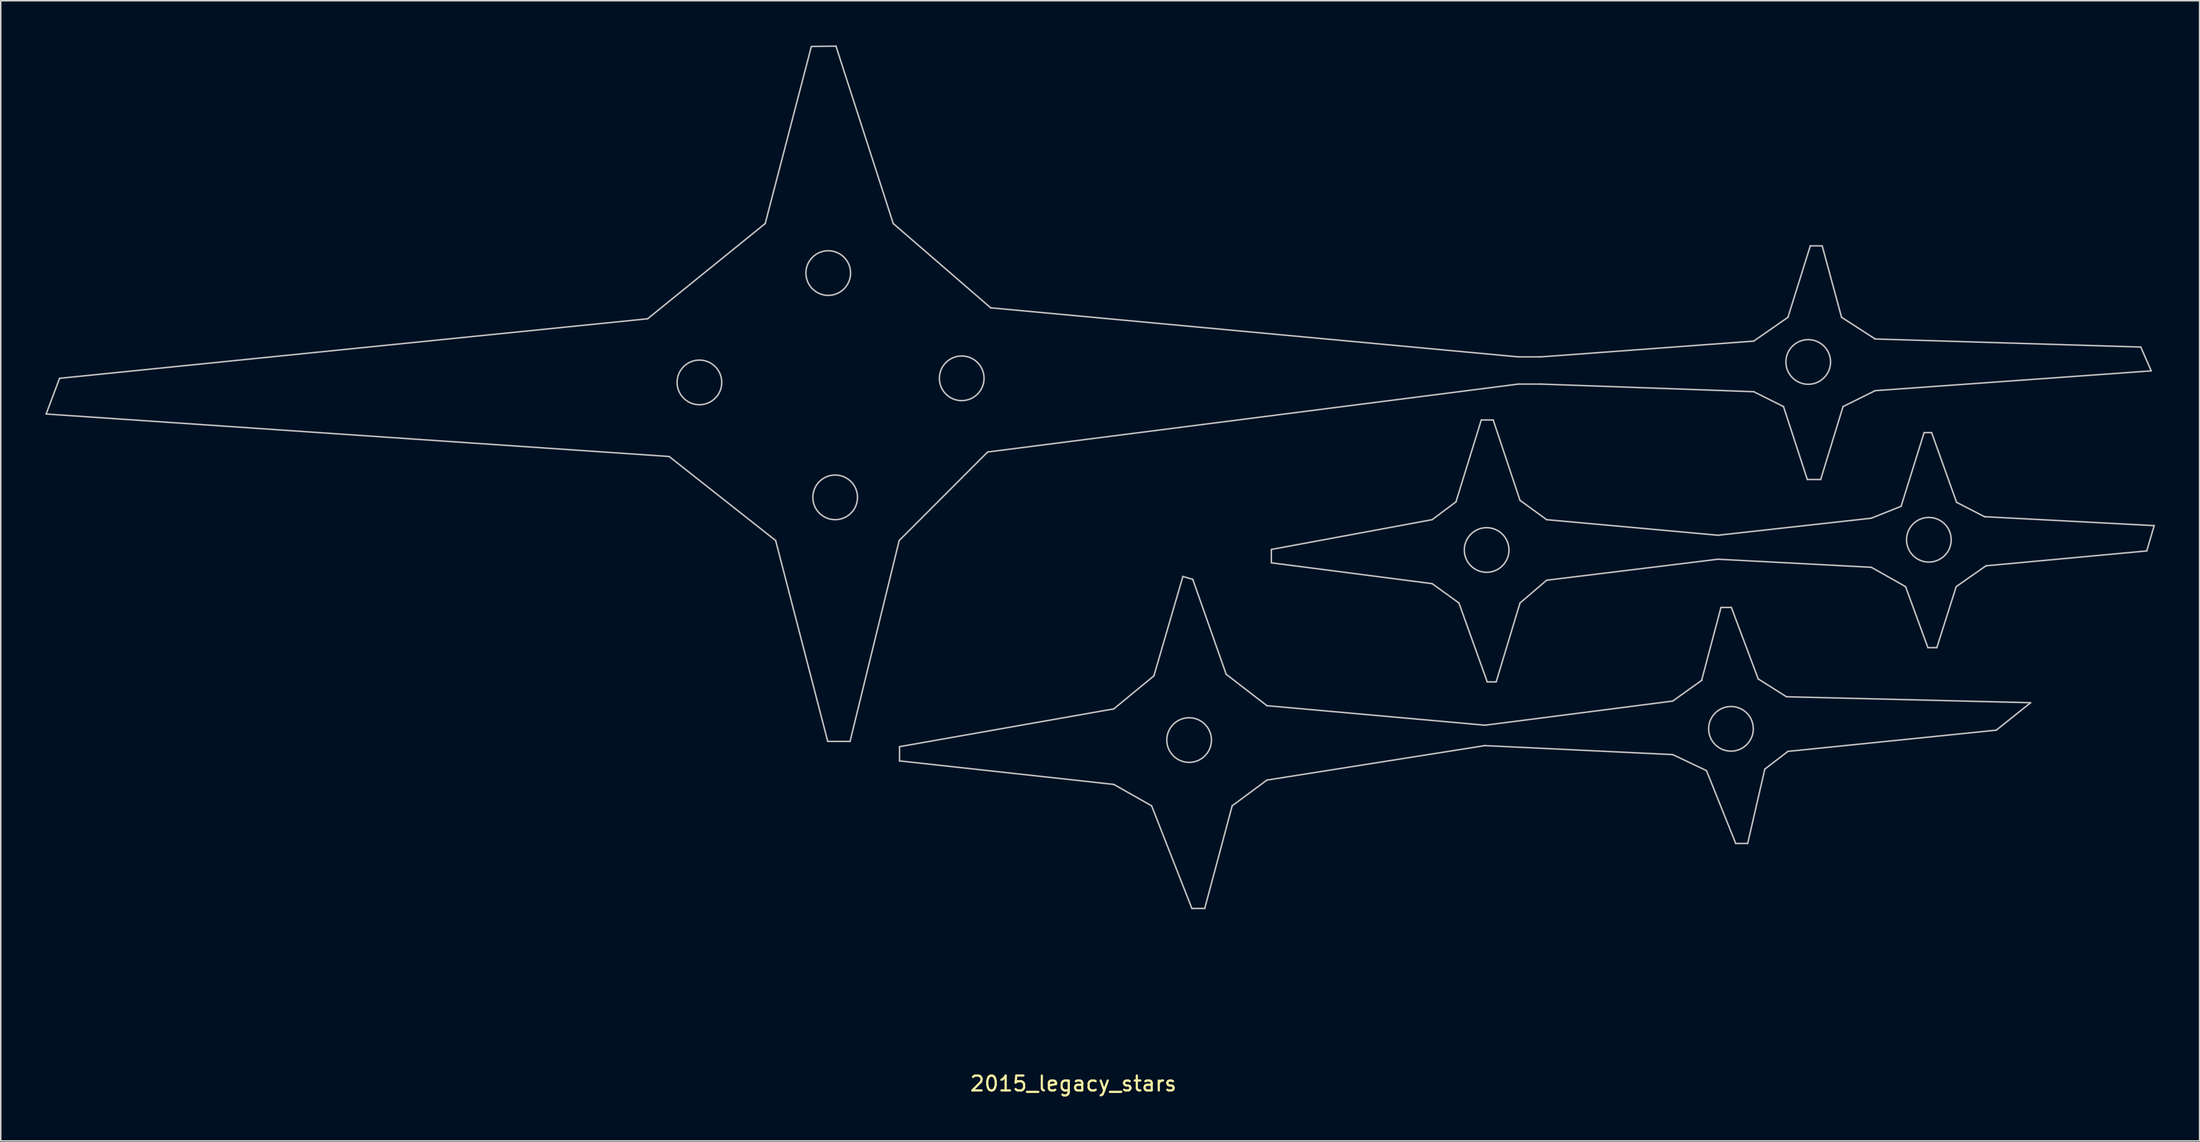
<source format=kicad_pcb>
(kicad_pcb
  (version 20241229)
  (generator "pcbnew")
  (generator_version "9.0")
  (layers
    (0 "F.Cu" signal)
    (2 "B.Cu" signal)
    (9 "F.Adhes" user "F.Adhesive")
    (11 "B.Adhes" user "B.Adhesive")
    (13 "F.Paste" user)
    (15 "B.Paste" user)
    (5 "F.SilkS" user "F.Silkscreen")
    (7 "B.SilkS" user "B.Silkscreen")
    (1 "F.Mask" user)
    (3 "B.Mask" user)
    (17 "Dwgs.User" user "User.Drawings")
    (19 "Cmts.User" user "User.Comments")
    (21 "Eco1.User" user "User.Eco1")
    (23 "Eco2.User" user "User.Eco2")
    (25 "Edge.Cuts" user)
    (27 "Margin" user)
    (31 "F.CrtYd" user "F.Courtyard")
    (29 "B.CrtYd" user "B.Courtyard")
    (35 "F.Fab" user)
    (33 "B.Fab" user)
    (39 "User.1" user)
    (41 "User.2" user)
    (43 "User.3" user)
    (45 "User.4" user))
  (footprint "2015_legacy_stars"
    (layer "F.Cu")
    (at 59.05 60.772)
    (property "Reference" "2015_legacy_stars" (at 10 9 0) (layer "F.SilkS") (effects (font (size 1 1) (thickness 0.15))))
    (attr through_hole)
    (fp_line (start -59 -36) (end -17.155 -33.146) (stroke (width 0.1) (type solid)) (layer "Dwgs.User"))
    (fp_line (start -58.1 -38.4) (end -59 -36) (stroke (width 0.1) (type solid)) (layer "Dwgs.User"))
    (fp_line (start -18.6 -42.4) (end -58.1 -38.4) (stroke (width 0.1) (type solid)) (layer "Dwgs.User"))
    (fp_line (start -17.155 -33.146) (end -10 -27.5) (stroke (width 0.1) (type solid)) (layer "Dwgs.User"))
    (fp_line (start -10.7 -48.8) (end -18.6 -42.4) (stroke (width 0.1) (type solid)) (layer "Dwgs.User"))
    (fp_line (start -10 -27.5) (end -6.5 -14) (stroke (width 0.1) (type solid)) (layer "Dwgs.User"))
    (fp_line (start -7.6 -60.7) (end -10.7 -48.8) (stroke (width 0.1) (type solid)) (layer "Dwgs.User"))
    (fp_line (start -6.5 -14) (end -5 -14) (stroke (width 0.1) (type solid)) (layer "Dwgs.User"))
    (fp_line (start -5.947 -60.722) (end -7.6 -60.7) (stroke (width 0.1) (type solid)) (layer "Dwgs.User"))
    (fp_line (start -5 -14) (end -1.7 -27.5) (stroke (width 0.1) (type solid)) (layer "Dwgs.User"))
    (fp_line (start -2.1 -48.8) (end -5.947 -60.722) (stroke (width 0.1) (type solid)) (layer "Dwgs.User"))
    (fp_line (start -1.7 -27.5) (end 4.241 -33.448) (stroke (width 0.1) (type solid)) (layer "Dwgs.User"))
    (fp_line (start -1.677 -13.647) (end -1.677 -12.689) (stroke (width 0.1) (type solid)) (layer "Dwgs.User"))
    (fp_line (start -1.677 -12.689) (end 12.716 -11.109) (stroke (width 0.1) (type solid)) (layer "Dwgs.User"))
    (fp_line (start 4.241 -33.448) (end 39.885 -38.011) (stroke (width 0.1) (type solid)) (layer "Dwgs.User"))
    (fp_line (start 4.444 -43.137) (end -2.1 -48.8) (stroke (width 0.1) (type solid)) (layer "Dwgs.User"))
    (fp_line (start 12.716 -16.186) (end -1.677 -13.647) (stroke (width 0.1) (type solid)) (layer "Dwgs.User"))
    (fp_line (start 12.716 -11.109) (end 15.255 -9.672) (stroke (width 0.1) (type solid)) (layer "Dwgs.User"))
    (fp_line (start 15.255 -9.672) (end 17.961 -2.775) (stroke (width 0.1) (type solid)) (layer "Dwgs.User"))
    (fp_line (start 15.41 -18.406) (end 12.716 -16.186) (stroke (width 0.1) (type solid)) (layer "Dwgs.User"))
    (fp_line (start 17.356 -25.085) (end 15.41 -18.406) (stroke (width 0.1) (type solid)) (layer "Dwgs.User"))
    (fp_line (start 17.961 -2.775) (end 18.823 -2.775) (stroke (width 0.1) (type solid)) (layer "Dwgs.User"))
    (fp_line (start 18.02 -24.89) (end 17.356 -25.085) (stroke (width 0.1) (type solid)) (layer "Dwgs.User"))
    (fp_line (start 18.823 -2.775) (end 20.667 -9.672) (stroke (width 0.1) (type solid)) (layer "Dwgs.User"))
    (fp_line (start 20.264 -18.511) (end 18.02 -24.89) (stroke (width 0.1) (type solid)) (layer "Dwgs.User"))
    (fp_line (start 20.667 -9.672) (end 23 -11.4) (stroke (width 0.1) (type solid)) (layer "Dwgs.User"))
    (fp_line (start 23 -16.4) (end 20.264 -18.511) (stroke (width 0.1) (type solid)) (layer "Dwgs.User"))
    (fp_line (start 23 -11.4) (end 37.631 -13.717) (stroke (width 0.1) (type solid)) (layer "Dwgs.User"))
    (fp_line (start 23.3 -26.9) (end 34.1 -28.9) (stroke (width 0.1) (type solid)) (layer "Dwgs.User"))
    (fp_line (start 23.3 -26) (end 23.3 -26.9) (stroke (width 0.1) (type solid)) (layer "Dwgs.User"))
    (fp_line (start 34.1 -28.9) (end 35.7 -30.1) (stroke (width 0.1) (type solid)) (layer "Dwgs.User"))
    (fp_line (start 34.1 -24.6) (end 23.3 -26) (stroke (width 0.1) (type solid)) (layer "Dwgs.User"))
    (fp_line (start 35.7 -30.1) (end 37.4 -35.6) (stroke (width 0.1) (type solid)) (layer "Dwgs.User"))
    (fp_line (start 35.9 -23.3) (end 34.1 -24.6) (stroke (width 0.1) (type solid)) (layer "Dwgs.User"))
    (fp_line (start 37.4 -35.6) (end 38.2 -35.6) (stroke (width 0.1) (type solid)) (layer "Dwgs.User"))
    (fp_line (start 37.631 -13.717) (end 50.262 -13.113) (stroke (width 0.1) (type solid)) (layer "Dwgs.User"))
    (fp_line (start 37.653 -15.088) (end 23 -16.4) (stroke (width 0.1) (type solid)) (layer "Dwgs.User"))
    (fp_line (start 37.8 -18) (end 35.9 -23.3) (stroke (width 0.1) (type solid)) (layer "Dwgs.User"))
    (fp_line (start 38.2 -35.6) (end 40 -30.2) (stroke (width 0.1) (type solid)) (layer "Dwgs.User"))
    (fp_line (start 38.4 -18) (end 37.8 -18) (stroke (width 0.1) (type solid)) (layer "Dwgs.User"))
    (fp_line (start 39.885 -39.84) (end 4.444 -43.137) (stroke (width 0.1) (type solid)) (layer "Dwgs.User"))
    (fp_line (start 39.885 -38.011) (end 41.4 -38.011) (stroke (width 0.1) (type solid)) (layer "Dwgs.User"))
    (fp_line (start 40 -30.2) (end 41.79 -28.9) (stroke (width 0.1) (type solid)) (layer "Dwgs.User"))
    (fp_line (start 40 -23.3) (end 38.4 -18) (stroke (width 0.1) (type solid)) (layer "Dwgs.User"))
    (fp_line (start 41.4 -39.84) (end 39.885 -39.84) (stroke (width 0.1) (type solid)) (layer "Dwgs.User"))
    (fp_line (start 41.4 -38.011) (end 55.7 -37.5) (stroke (width 0.1) (type solid)) (layer "Dwgs.User"))
    (fp_line (start 41.79 -28.9) (end 53.297 -27.854) (stroke (width 0.1) (type solid)) (layer "Dwgs.User"))
    (fp_line (start 41.79 -24.831) (end 40 -23.3) (stroke (width 0.1) (type solid)) (layer "Dwgs.User"))
    (fp_line (start 50.262 -16.712) (end 37.653 -15.088) (stroke (width 0.1) (type solid)) (layer "Dwgs.User"))
    (fp_line (start 50.262 -13.113) (end 52.528 -12.034) (stroke (width 0.1) (type solid)) (layer "Dwgs.User"))
    (fp_line (start 52.2 -18.1) (end 50.262 -16.712) (stroke (width 0.1) (type solid)) (layer "Dwgs.User"))
    (fp_line (start 52.528 -12.034) (end 54.491 -7.142) (stroke (width 0.1) (type solid)) (layer "Dwgs.User"))
    (fp_line (start 53.297 -27.854) (end 63.6 -29) (stroke (width 0.1) (type solid)) (layer "Dwgs.User"))
    (fp_line (start 53.297 -26.242) (end 41.79 -24.831) (stroke (width 0.1) (type solid)) (layer "Dwgs.User"))
    (fp_line (start 53.5 -23) (end 52.2 -18.1) (stroke (width 0.1) (type solid)) (layer "Dwgs.User"))
    (fp_line (start 54.2 -23) (end 53.5 -23) (stroke (width 0.1) (type solid)) (layer "Dwgs.User"))
    (fp_line (start 54.491 -7.142) (end 55.294 -7.142) (stroke (width 0.1) (type solid)) (layer "Dwgs.User"))
    (fp_line (start 55.294 -7.142) (end 56.444 -12.137) (stroke (width 0.1) (type solid)) (layer "Dwgs.User"))
    (fp_line (start 55.7 -40.9) (end 41.4 -39.84) (stroke (width 0.1) (type solid)) (layer "Dwgs.User"))
    (fp_line (start 55.7 -37.5) (end 57.7 -36.5) (stroke (width 0.1) (type solid)) (layer "Dwgs.User"))
    (fp_line (start 56 -18.2) (end 54.2 -23) (stroke (width 0.1) (type solid)) (layer "Dwgs.User"))
    (fp_line (start 56.444 -12.137) (end 57.997 -13.329) (stroke (width 0.1) (type solid)) (layer "Dwgs.User"))
    (fp_line (start 57.7 -36.5) (end 59.3 -31.6) (stroke (width 0.1) (type solid)) (layer "Dwgs.User"))
    (fp_line (start 57.9 -17) (end 56 -18.2) (stroke (width 0.1) (type solid)) (layer "Dwgs.User"))
    (fp_line (start 57.997 -13.329) (end 71.993 -14.755) (stroke (width 0.1) (type solid)) (layer "Dwgs.User"))
    (fp_line (start 58 -42.5) (end 55.7 -40.9) (stroke (width 0.1) (type solid)) (layer "Dwgs.User"))
    (fp_line (start 59.3 -31.6) (end 60.2 -31.6) (stroke (width 0.1) (type solid)) (layer "Dwgs.User"))
    (fp_line (start 59.5 -47.3) (end 58 -42.5) (stroke (width 0.1) (type solid)) (layer "Dwgs.User"))
    (fp_line (start 60.2 -31.6) (end 61.7 -36.5) (stroke (width 0.1) (type solid)) (layer "Dwgs.User"))
    (fp_line (start 60.3 -47.3) (end 59.5 -47.3) (stroke (width 0.1) (type solid)) (layer "Dwgs.User"))
    (fp_line (start 61.6 -42.5) (end 60.3 -47.3) (stroke (width 0.1) (type solid)) (layer "Dwgs.User"))
    (fp_line (start 61.7 -36.5) (end 63.857 -37.57) (stroke (width 0.1) (type solid)) (layer "Dwgs.User"))
    (fp_line (start 63.6 -29) (end 65.6 -29.8) (stroke (width 0.1) (type solid)) (layer "Dwgs.User"))
    (fp_line (start 63.6 -25.7) (end 53.297 -26.242) (stroke (width 0.1) (type solid)) (layer "Dwgs.User"))
    (fp_line (start 63.857 -41.042) (end 61.6 -42.5) (stroke (width 0.1) (type solid)) (layer "Dwgs.User"))
    (fp_line (start 63.857 -37.57) (end 82.4 -38.9) (stroke (width 0.1) (type solid)) (layer "Dwgs.User"))
    (fp_line (start 65.6 -29.8) (end 67.145 -34.75) (stroke (width 0.1) (type solid)) (layer "Dwgs.User"))
    (fp_line (start 65.9 -24.4) (end 63.6 -25.7) (stroke (width 0.1) (type solid)) (layer "Dwgs.User"))
    (fp_line (start 67.145 -34.75) (end 67.65 -34.75) (stroke (width 0.1) (type solid)) (layer "Dwgs.User"))
    (fp_line (start 67.4 -20.3) (end 65.9 -24.4) (stroke (width 0.1) (type solid)) (layer "Dwgs.User"))
    (fp_line (start 67.65 -34.75) (end 69.326 -30.067) (stroke (width 0.1) (type solid)) (layer "Dwgs.User"))
    (fp_line (start 68 -20.3) (end 67.4 -20.3) (stroke (width 0.1) (type solid)) (layer "Dwgs.User"))
    (fp_line (start 69.3 -24.4) (end 68 -20.3) (stroke (width 0.1) (type solid)) (layer "Dwgs.User"))
    (fp_line (start 69.326 -30.067) (end 71.2 -29.1) (stroke (width 0.1) (type solid)) (layer "Dwgs.User"))
    (fp_line (start 71.2 -29.1) (end 82.6 -28.5) (stroke (width 0.1) (type solid)) (layer "Dwgs.User"))
    (fp_line (start 71.3 -25.8) (end 69.3 -24.4) (stroke (width 0.1) (type solid)) (layer "Dwgs.User"))
    (fp_line (start 71.993 -14.755) (end 74.3 -16.6) (stroke (width 0.1) (type solid)) (layer "Dwgs.User"))
    (fp_line (start 74.3 -16.6) (end 57.9 -17) (stroke (width 0.1) (type solid)) (layer "Dwgs.User"))
    (fp_line (start 81.7 -40.5) (end 63.857 -41.042) (stroke (width 0.1) (type solid)) (layer "Dwgs.User"))
    (fp_line (start 82.1 -26.8) (end 71.3 -25.8) (stroke (width 0.1) (type solid)) (layer "Dwgs.User"))
    (fp_line (start 82.4 -38.9) (end 81.7 -40.5) (stroke (width 0.1) (type solid)) (layer "Dwgs.User"))
    (fp_line (start 82.6 -28.5) (end 82.1 -26.8) (stroke (width 0.1) (type solid)) (layer "Dwgs.User"))
    (fp_circle (center -15.119 -38.125) (end -13.619 -38.125) (stroke (width 0.1) (type solid)) (fill no) (layer "Dwgs.User"))
    (fp_circle (center -6.466 -45.473) (end -4.966 -45.473) (stroke (width 0.1) (type solid)) (fill no) (layer "Dwgs.User"))
    (fp_circle (center -6 -30.4) (end -4.5 -30.4) (stroke (width 0.1) (type solid)) (fill no) (layer "Dwgs.User"))
    (fp_circle (center 2.5 -38.4) (end 4 -38.4) (stroke (width 0.1) (type solid)) (fill no) (layer "Dwgs.User"))
    (fp_circle (center 17.775 -14.09) (end 19.275 -14.09) (stroke (width 0.1) (type solid)) (fill no) (layer "Dwgs.User"))
    (fp_circle (center 37.759 -26.863) (end 39.259 -26.863) (stroke (width 0.1) (type solid)) (fill no) (layer "Dwgs.User"))
    (fp_circle (center 54.172 -14.845) (end 55.672 -14.845) (stroke (width 0.1) (type solid)) (fill no) (layer "Dwgs.User"))
    (fp_circle (center 59.361 -39.499) (end 60.861 -39.499) (stroke (width 0.1) (type solid)) (fill no) (layer "Dwgs.User"))
    (fp_circle (center 67.465 -27.55) (end 68.965 -27.55) (stroke (width 0.1) (type solid)) (fill no) (layer "Dwgs.User")))
  (gr_rect
    (start -3 -3)
    (end 144.7 73.62)
    (stroke (width 0.1) (type default))
    (fill no)
    (layer "Edge.Cuts")))
</source>
